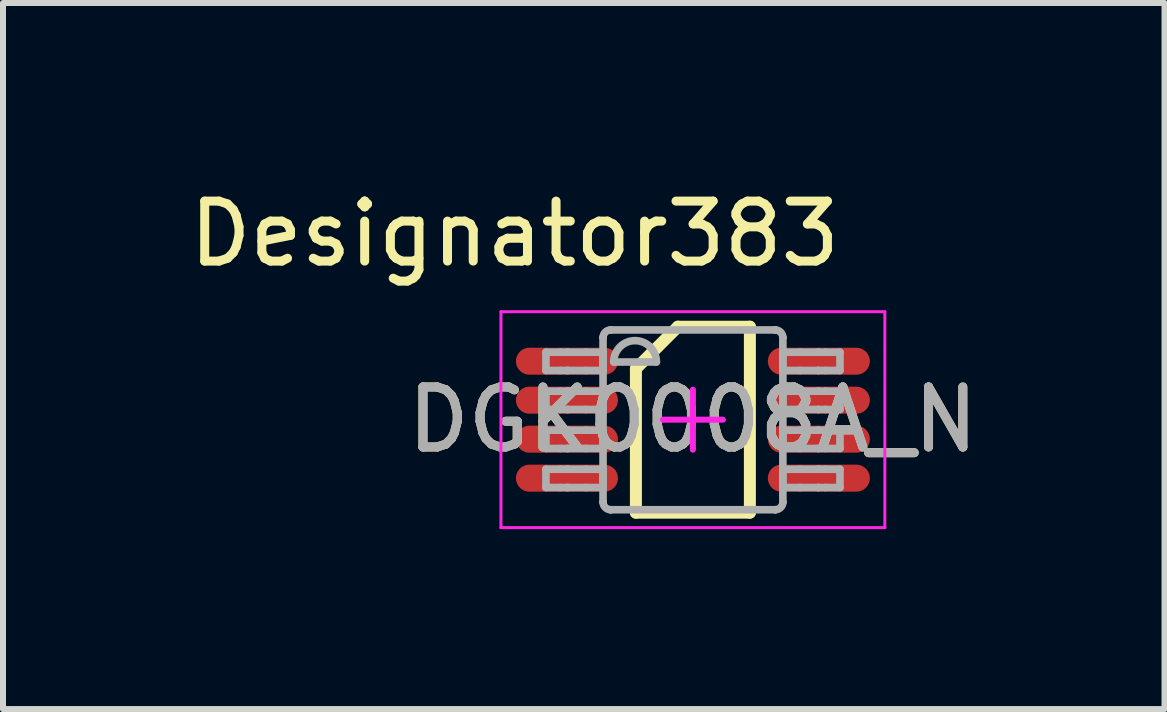
<source format=kicad_pcb>
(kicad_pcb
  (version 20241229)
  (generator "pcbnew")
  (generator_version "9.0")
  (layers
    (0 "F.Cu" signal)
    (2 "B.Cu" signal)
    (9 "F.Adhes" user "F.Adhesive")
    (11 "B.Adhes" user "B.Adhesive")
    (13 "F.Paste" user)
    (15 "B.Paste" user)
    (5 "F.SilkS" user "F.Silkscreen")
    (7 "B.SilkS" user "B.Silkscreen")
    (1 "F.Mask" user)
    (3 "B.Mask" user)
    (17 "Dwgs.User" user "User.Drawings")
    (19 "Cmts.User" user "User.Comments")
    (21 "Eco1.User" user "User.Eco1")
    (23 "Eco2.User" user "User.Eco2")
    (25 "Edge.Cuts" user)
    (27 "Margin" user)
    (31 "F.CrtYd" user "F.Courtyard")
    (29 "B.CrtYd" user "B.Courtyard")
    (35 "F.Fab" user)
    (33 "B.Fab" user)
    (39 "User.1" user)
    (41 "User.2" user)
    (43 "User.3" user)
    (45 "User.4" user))
  (footprint "DGK0008A_N"
    (layer "F.Cu")
    (at 8.502 3.947)
    (property "Reference" "DGK0008A_N" (at 0 0 0) (unlocked yes) (layer "F.SilkS") (effects (font (size 1 1) (thickness 0.15))))
    (attr smd)
    (fp_line (start -0.95 -0.85) (end -0.25 -1.55) (stroke (width 0.2) (type solid)) (layer "F.SilkS"))
    (fp_line (start -0.95 1.55) (end -0.95 -0.85) (stroke (width 0.2) (type solid)) (layer "F.SilkS"))
    (fp_line (start -0.95 1.55) (end 0.95 1.55) (stroke (width 0.2) (type solid)) (layer "F.SilkS"))
    (fp_line (start -0.25 -1.55) (end 0.95 -1.55) (stroke (width 0.2) (type solid)) (layer "F.SilkS"))
    (fp_line (start 0.95 1.55) (end 0.95 -1.55) (stroke (width 0.2) (type solid)) (layer "F.SilkS"))
    (fp_line (start -3.2 -1.8) (end 3.2 -1.8) (stroke (width 0.05) (type solid)) (layer "F.CrtYd"))
    (fp_line (start -3.2 1.8) (end -3.2 -1.8) (stroke (width 0.05) (type solid)) (layer "F.CrtYd"))
    (fp_line (start -3.2 1.8) (end 3.2 1.8) (stroke (width 0.05) (type solid)) (layer "F.CrtYd"))
    (fp_line (start -0.5 -0.000003) (end 0.5 -0.000003) (stroke (width 0.1) (type solid)) (layer "F.CrtYd"))
    (fp_line (start 0.000003 0.5) (end 0.000003 -0.5) (stroke (width 0.1) (type solid)) (layer "F.CrtYd"))
    (fp_line (start 3.2 1.8) (end 3.2 -1.8) (stroke (width 0.05) (type solid)) (layer "F.CrtYd"))
    (fp_line (start -2.45 -1.125) (end -2.21 -1.125) (stroke (width 0.127) (type solid)) (layer "F.Fab"))
    (fp_line (start -2.45 -0.82) (end -2.45 -1.125) (stroke (width 0.127) (type solid)) (layer "F.Fab"))
    (fp_line (start -2.45 -0.82) (end -2.21 -0.82) (stroke (width 0.127) (type solid)) (layer "F.Fab"))
    (fp_line (start -2.45 -0.475) (end -2.21 -0.475) (stroke (width 0.127) (type solid)) (layer "F.Fab"))
    (fp_line (start -2.45 -0.17) (end -2.45 -0.475) (stroke (width 0.127) (type solid)) (layer "F.Fab"))
    (fp_line (start -2.45 -0.17) (end -2.21 -0.17) (stroke (width 0.127) (type solid)) (layer "F.Fab"))
    (fp_line (start -2.45 0.175) (end -2.21 0.175) (stroke (width 0.127) (type solid)) (layer "F.Fab"))
    (fp_line (start -2.45 0.48) (end -2.45 0.175) (stroke (width 0.127) (type solid)) (layer "F.Fab"))
    (fp_line (start -2.45 0.48) (end -2.21 0.48) (stroke (width 0.127) (type solid)) (layer "F.Fab"))
    (fp_line (start -2.45 0.826) (end -2.21 0.826) (stroke (width 0.127) (type solid)) (layer "F.Fab"))
    (fp_line (start -2.45 1.131) (end -2.45 0.826) (stroke (width 0.127) (type solid)) (layer "F.Fab"))
    (fp_line (start -2.45 1.131) (end -2.21 1.131) (stroke (width 0.127) (type solid)) (layer "F.Fab"))
    (fp_line (start -2.21 -1.125) (end -2.091 -1.125) (stroke (width 0.127) (type solid)) (layer "F.Fab"))
    (fp_line (start -2.21 -0.82) (end -2.091 -0.82) (stroke (width 0.127) (type solid)) (layer "F.Fab"))
    (fp_line (start -2.21 -0.475) (end -2.091 -0.475) (stroke (width 0.127) (type solid)) (layer "F.Fab"))
    (fp_line (start -2.21 -0.17) (end -2.091 -0.17) (stroke (width 0.127) (type solid)) (layer "F.Fab"))
    (fp_line (start -2.21 0.175) (end -2.091 0.175) (stroke (width 0.127) (type solid)) (layer "F.Fab"))
    (fp_line (start -2.21 0.48) (end -2.091 0.48) (stroke (width 0.127) (type solid)) (layer "F.Fab"))
    (fp_line (start -2.21 0.826) (end -2.091 0.826) (stroke (width 0.127) (type solid)) (layer "F.Fab"))
    (fp_line (start -2.21 1.131) (end -2.091 1.131) (stroke (width 0.127) (type solid)) (layer "F.Fab"))
    (fp_line (start -2.091 -1.125) (end -2.087 -1.125) (stroke (width 0.127) (type solid)) (layer "F.Fab"))
    (fp_line (start -2.091 -0.82) (end -2.087 -0.82) (stroke (width 0.127) (type solid)) (layer "F.Fab"))
    (fp_line (start -2.091 -0.475) (end -2.087 -0.475) (stroke (width 0.127) (type solid)) (layer "F.Fab"))
    (fp_line (start -2.091 -0.17) (end -2.087 -0.17) (stroke (width 0.127) (type solid)) (layer "F.Fab"))
    (fp_line (start -2.091 0.175) (end -2.087 0.175) (stroke (width 0.127) (type solid)) (layer "F.Fab"))
    (fp_line (start -2.091 0.48) (end -2.087 0.48) (stroke (width 0.127) (type solid)) (layer "F.Fab"))
    (fp_line (start -2.091 0.826) (end -2.087 0.826) (stroke (width 0.127) (type solid)) (layer "F.Fab"))
    (fp_line (start -2.091 1.131) (end -2.087 1.131) (stroke (width 0.127) (type solid)) (layer "F.Fab"))
    (fp_line (start -2.087 -1.125) (end -1.784 -1.125) (stroke (width 0.127) (type solid)) (layer "F.Fab"))
    (fp_line (start -2.087 -0.82) (end -1.784 -0.82) (stroke (width 0.127) (type solid)) (layer "F.Fab"))
    (fp_line (start -2.087 -0.475) (end -1.784 -0.475) (stroke (width 0.127) (type solid)) (layer "F.Fab"))
    (fp_line (start -2.087 -0.17) (end -1.784 -0.17) (stroke (width 0.127) (type solid)) (layer "F.Fab"))
    (fp_line (start -2.087 0.175) (end -1.784 0.175) (stroke (width 0.127) (type solid)) (layer "F.Fab"))
    (fp_line (start -2.087 0.48) (end -1.784 0.48) (stroke (width 0.127) (type solid)) (layer "F.Fab"))
    (fp_line (start -2.087 0.826) (end -1.784 0.826) (stroke (width 0.127) (type solid)) (layer "F.Fab"))
    (fp_line (start -2.087 1.131) (end -1.784 1.131) (stroke (width 0.127) (type solid)) (layer "F.Fab"))
    (fp_line (start -1.784 -1.125) (end -1.498 -1.125) (stroke (width 0.127) (type solid)) (layer "F.Fab"))
    (fp_line (start -1.784 -0.82) (end -1.498 -0.82) (stroke (width 0.127) (type solid)) (layer "F.Fab"))
    (fp_line (start -1.784 -0.475) (end -1.498 -0.475) (stroke (width 0.127) (type solid)) (layer "F.Fab"))
    (fp_line (start -1.784 -0.17) (end -1.498 -0.17) (stroke (width 0.127) (type solid)) (layer "F.Fab"))
    (fp_line (start -1.784 0.175) (end -1.498 0.175) (stroke (width 0.127) (type solid)) (layer "F.Fab"))
    (fp_line (start -1.784 0.48) (end -1.498 0.48) (stroke (width 0.127) (type solid)) (layer "F.Fab"))
    (fp_line (start -1.784 0.826) (end -1.498 0.826) (stroke (width 0.127) (type solid)) (layer "F.Fab"))
    (fp_line (start -1.784 1.131) (end -1.498 1.131) (stroke (width 0.127) (type solid)) (layer "F.Fab"))
    (fp_line (start -1.498 -1.369) (end -1.497 -1.372) (stroke (width 0.127) (type solid)) (layer "F.Fab"))
    (fp_line (start -1.498 -0.82) (end -1.498 -1.125) (stroke (width 0.127) (type solid)) (layer "F.Fab"))
    (fp_line (start -1.498 -0.17) (end -1.498 -0.475) (stroke (width 0.127) (type solid)) (layer "F.Fab"))
    (fp_line (start -1.498 0.48) (end -1.498 0.175) (stroke (width 0.127) (type solid)) (layer "F.Fab"))
    (fp_line (start -1.498 1.131) (end -1.498 0.826) (stroke (width 0.127) (type solid)) (layer "F.Fab"))
    (fp_line (start -1.498 1.374) (end -1.498 -1.369) (stroke (width 0.127) (type solid)) (layer "F.Fab"))
    (fp_line (start -1.498 1.374) (end -1.497 1.377) (stroke (width 0.127) (type solid)) (layer "F.Fab"))
    (fp_line (start -1.373 -1.496) (end -1.371 -1.496) (stroke (width 0.127) (type solid)) (layer "F.Fab"))
    (fp_line (start -1.373 1.501) (end -1.371 1.501) (stroke (width 0.127) (type solid)) (layer "F.Fab"))
    (fp_line (start -1.371 -1.496) (end 1.373 -1.496) (stroke (width 0.127) (type solid)) (layer "F.Fab"))
    (fp_line (start -1.371 1.501) (end 1.373 1.501) (stroke (width 0.127) (type solid)) (layer "F.Fab"))
    (fp_line (start -1.32 -0.962) (end -0.609 -0.962) (stroke (width 0.127) (type solid)) (layer "F.Fab"))
    (fp_line (start 1.373 -1.496) (end 1.375 -1.496) (stroke (width 0.127) (type solid)) (layer "F.Fab"))
    (fp_line (start 1.373 1.501) (end 1.375 1.501) (stroke (width 0.127) (type solid)) (layer "F.Fab"))
    (fp_line (start 1.5 -1.372) (end 1.5 -1.369) (stroke (width 0.127) (type solid)) (layer "F.Fab"))
    (fp_line (start 1.5 1.377) (end 1.5 1.374) (stroke (width 0.127) (type solid)) (layer "F.Fab"))
    (fp_line (start 1.5 -1.125) (end 1.786 -1.125) (stroke (width 0.127) (type solid)) (layer "F.Fab"))
    (fp_line (start 1.5 -0.82) (end 1.5 -1.125) (stroke (width 0.127) (type solid)) (layer "F.Fab"))
    (fp_line (start 1.5 -0.82) (end 1.786 -0.82) (stroke (width 0.127) (type solid)) (layer "F.Fab"))
    (fp_line (start 1.5 -0.475) (end 1.786 -0.475) (stroke (width 0.127) (type solid)) (layer "F.Fab"))
    (fp_line (start 1.5 -0.17) (end 1.5 -0.475) (stroke (width 0.127) (type solid)) (layer "F.Fab"))
    (fp_line (start 1.5 -0.17) (end 1.786 -0.17) (stroke (width 0.127) (type solid)) (layer "F.Fab"))
    (fp_line (start 1.5 0.175) (end 1.786 0.175) (stroke (width 0.127) (type solid)) (layer "F.Fab"))
    (fp_line (start 1.5 0.48) (end 1.5 0.175) (stroke (width 0.127) (type solid)) (layer "F.Fab"))
    (fp_line (start 1.5 0.48) (end 1.786 0.48) (stroke (width 0.127) (type solid)) (layer "F.Fab"))
    (fp_line (start 1.5 0.826) (end 1.786 0.826) (stroke (width 0.127) (type solid)) (layer "F.Fab"))
    (fp_line (start 1.5 1.131) (end 1.5 0.826) (stroke (width 0.127) (type solid)) (layer "F.Fab"))
    (fp_line (start 1.5 1.131) (end 1.786 1.131) (stroke (width 0.127) (type solid)) (layer "F.Fab"))
    (fp_line (start 1.5 1.374) (end 1.5 -1.369) (stroke (width 0.127) (type solid)) (layer "F.Fab"))
    (fp_line (start 1.786 -1.125) (end 2.089 -1.125) (stroke (width 0.127) (type solid)) (layer "F.Fab"))
    (fp_line (start 1.786 -0.82) (end 2.089 -0.82) (stroke (width 0.127) (type solid)) (layer "F.Fab"))
    (fp_line (start 1.786 -0.475) (end 2.089 -0.475) (stroke (width 0.127) (type solid)) (layer "F.Fab"))
    (fp_line (start 1.786 -0.17) (end 2.089 -0.17) (stroke (width 0.127) (type solid)) (layer "F.Fab"))
    (fp_line (start 1.786 0.175) (end 2.089 0.175) (stroke (width 0.127) (type solid)) (layer "F.Fab"))
    (fp_line (start 1.786 0.48) (end 2.089 0.48) (stroke (width 0.127) (type solid)) (layer "F.Fab"))
    (fp_line (start 1.786 0.826) (end 2.089 0.826) (stroke (width 0.127) (type solid)) (layer "F.Fab"))
    (fp_line (start 1.786 1.131) (end 2.089 1.131) (stroke (width 0.127) (type solid)) (layer "F.Fab"))
    (fp_line (start 2.089 -1.125) (end 2.093 -1.125) (stroke (width 0.127) (type solid)) (layer "F.Fab"))
    (fp_line (start 2.089 -0.82) (end 2.093 -0.82) (stroke (width 0.127) (type solid)) (layer "F.Fab"))
    (fp_line (start 2.089 -0.475) (end 2.093 -0.475) (stroke (width 0.127) (type solid)) (layer "F.Fab"))
    (fp_line (start 2.089 -0.17) (end 2.093 -0.17) (stroke (width 0.127) (type solid)) (layer "F.Fab"))
    (fp_line (start 2.089 0.175) (end 2.093 0.175) (stroke (width 0.127) (type solid)) (layer "F.Fab"))
    (fp_line (start 2.089 0.48) (end 2.093 0.48) (stroke (width 0.127) (type solid)) (layer "F.Fab"))
    (fp_line (start 2.089 0.826) (end 2.093 0.826) (stroke (width 0.127) (type solid)) (layer "F.Fab"))
    (fp_line (start 2.089 1.131) (end 2.093 1.131) (stroke (width 0.127) (type solid)) (layer "F.Fab"))
    (fp_line (start 2.093 -1.125) (end 2.213 -1.125) (stroke (width 0.127) (type solid)) (layer "F.Fab"))
    (fp_line (start 2.093 -0.82) (end 2.213 -0.82) (stroke (width 0.127) (type solid)) (layer "F.Fab"))
    (fp_line (start 2.093 -0.475) (end 2.213 -0.475) (stroke (width 0.127) (type solid)) (layer "F.Fab"))
    (fp_line (start 2.093 -0.17) (end 2.213 -0.17) (stroke (width 0.127) (type solid)) (layer "F.Fab"))
    (fp_line (start 2.093 0.175) (end 2.213 0.175) (stroke (width 0.127) (type solid)) (layer "F.Fab"))
    (fp_line (start 2.093 0.48) (end 2.213 0.48) (stroke (width 0.127) (type solid)) (layer "F.Fab"))
    (fp_line (start 2.093 0.826) (end 2.213 0.826) (stroke (width 0.127) (type solid)) (layer "F.Fab"))
    (fp_line (start 2.093 1.131) (end 2.213 1.131) (stroke (width 0.127) (type solid)) (layer "F.Fab"))
    (fp_line (start 2.213 -1.125) (end 2.452 -1.125) (stroke (width 0.127) (type solid)) (layer "F.Fab"))
    (fp_line (start 2.213 -0.82) (end 2.452 -0.82) (stroke (width 0.127) (type solid)) (layer "F.Fab"))
    (fp_line (start 2.213 -0.475) (end 2.452 -0.475) (stroke (width 0.127) (type solid)) (layer "F.Fab"))
    (fp_line (start 2.213 -0.17) (end 2.452 -0.17) (stroke (width 0.127) (type solid)) (layer "F.Fab"))
    (fp_line (start 2.213 0.175) (end 2.452 0.175) (stroke (width 0.127) (type solid)) (layer "F.Fab"))
    (fp_line (start 2.213 0.48) (end 2.452 0.48) (stroke (width 0.127) (type solid)) (layer "F.Fab"))
    (fp_line (start 2.213 0.826) (end 2.452 0.826) (stroke (width 0.127) (type solid)) (layer "F.Fab"))
    (fp_line (start 2.213 1.131) (end 2.452 1.131) (stroke (width 0.127) (type solid)) (layer "F.Fab"))
    (fp_line (start 2.452 -0.82) (end 2.452 -1.125) (stroke (width 0.127) (type solid)) (layer "F.Fab"))
    (fp_line (start 2.452 -0.17) (end 2.452 -0.475) (stroke (width 0.127) (type solid)) (layer "F.Fab"))
    (fp_line (start 2.452 0.48) (end 2.452 0.175) (stroke (width 0.127) (type solid)) (layer "F.Fab"))
    (fp_line (start 2.452 1.131) (end 2.452 0.826) (stroke (width 0.127) (type solid)) (layer "F.Fab"))
    (fp_arc (start -1.497476 -1.371582) (mid -1.460306 -1.458644) (end -1.373243 -1.495814) (stroke (width 0.127) (type solid)) (layer "F.Fab"))
    (fp_arc (start -1.373243 1.501336) (mid -1.460306 1.464166) (end -1.497476 1.377104) (stroke (width 0.127) (type solid)) (layer "F.Fab"))
    (fp_arc (start -1.3197 -0.962439) (mid -0.9641 -1.318039) (end -0.6085 -0.962439) (stroke (width 0.127) (type solid)) (layer "F.Fab"))
    (fp_arc (start 1.375443 -1.495814) (mid 1.462505 -1.458644) (end 1.499675 -1.371582) (stroke (width 0.127) (type solid)) (layer "F.Fab"))
    (fp_arc (start 1.499675 1.377104) (mid 1.462505 1.464166) (end 1.375443 1.501336) (stroke (width 0.127) (type solid)) (layer "F.Fab"))
    (fp_text user "Designator383" (at -2.972 -3.099 0) (unlocked yes) (layer "F.SilkS") (effects (font (size 1 1) (thickness 0.15))))
    (fp_text user "${REFERENCE}" (at 0 0 0) (unlocked yes) (layer "F.Fab") (effects (font (size 1 1) (thickness 0.15))))
    (pad "1" smd oval (at -2.1 -0.975 90) (size 0.45 1.7) (layers "F.Cu" "F.Mask" "F.Paste"))
    (pad "2" smd oval (at -2.1 -0.325 90) (size 0.45 1.7) (layers "F.Cu" "F.Mask" "F.Paste"))
    (pad "3" smd oval (at -2.1 0.325 90) (size 0.45 1.7) (layers "F.Cu" "F.Mask" "F.Paste"))
    (pad "4" smd oval (at -2.1 0.975 90) (size 0.45 1.7) (layers "F.Cu" "F.Mask" "F.Paste"))
    (pad "5" smd oval (at 2.1 0.975 90) (size 0.45 1.7) (layers "F.Cu" "F.Mask" "F.Paste"))
    (pad "6" smd oval (at 2.1 0.325 90) (size 0.45 1.7) (layers "F.Cu" "F.Mask" "F.Paste"))
    (pad "7" smd oval (at 2.1 -0.325 90) (size 0.45 1.7) (layers "F.Cu" "F.Mask" "F.Paste"))
    (pad "8" smd oval (at 2.1 -0.975 90) (size 0.45 1.7) (layers "F.Cu" "F.Mask" "F.Paste")))
  (gr_rect
    (start -3 -3)
    (end 16.365 8.772)
    (stroke (width 0.1) (type default))
    (fill no)
    (layer "Edge.Cuts")))
</source>
